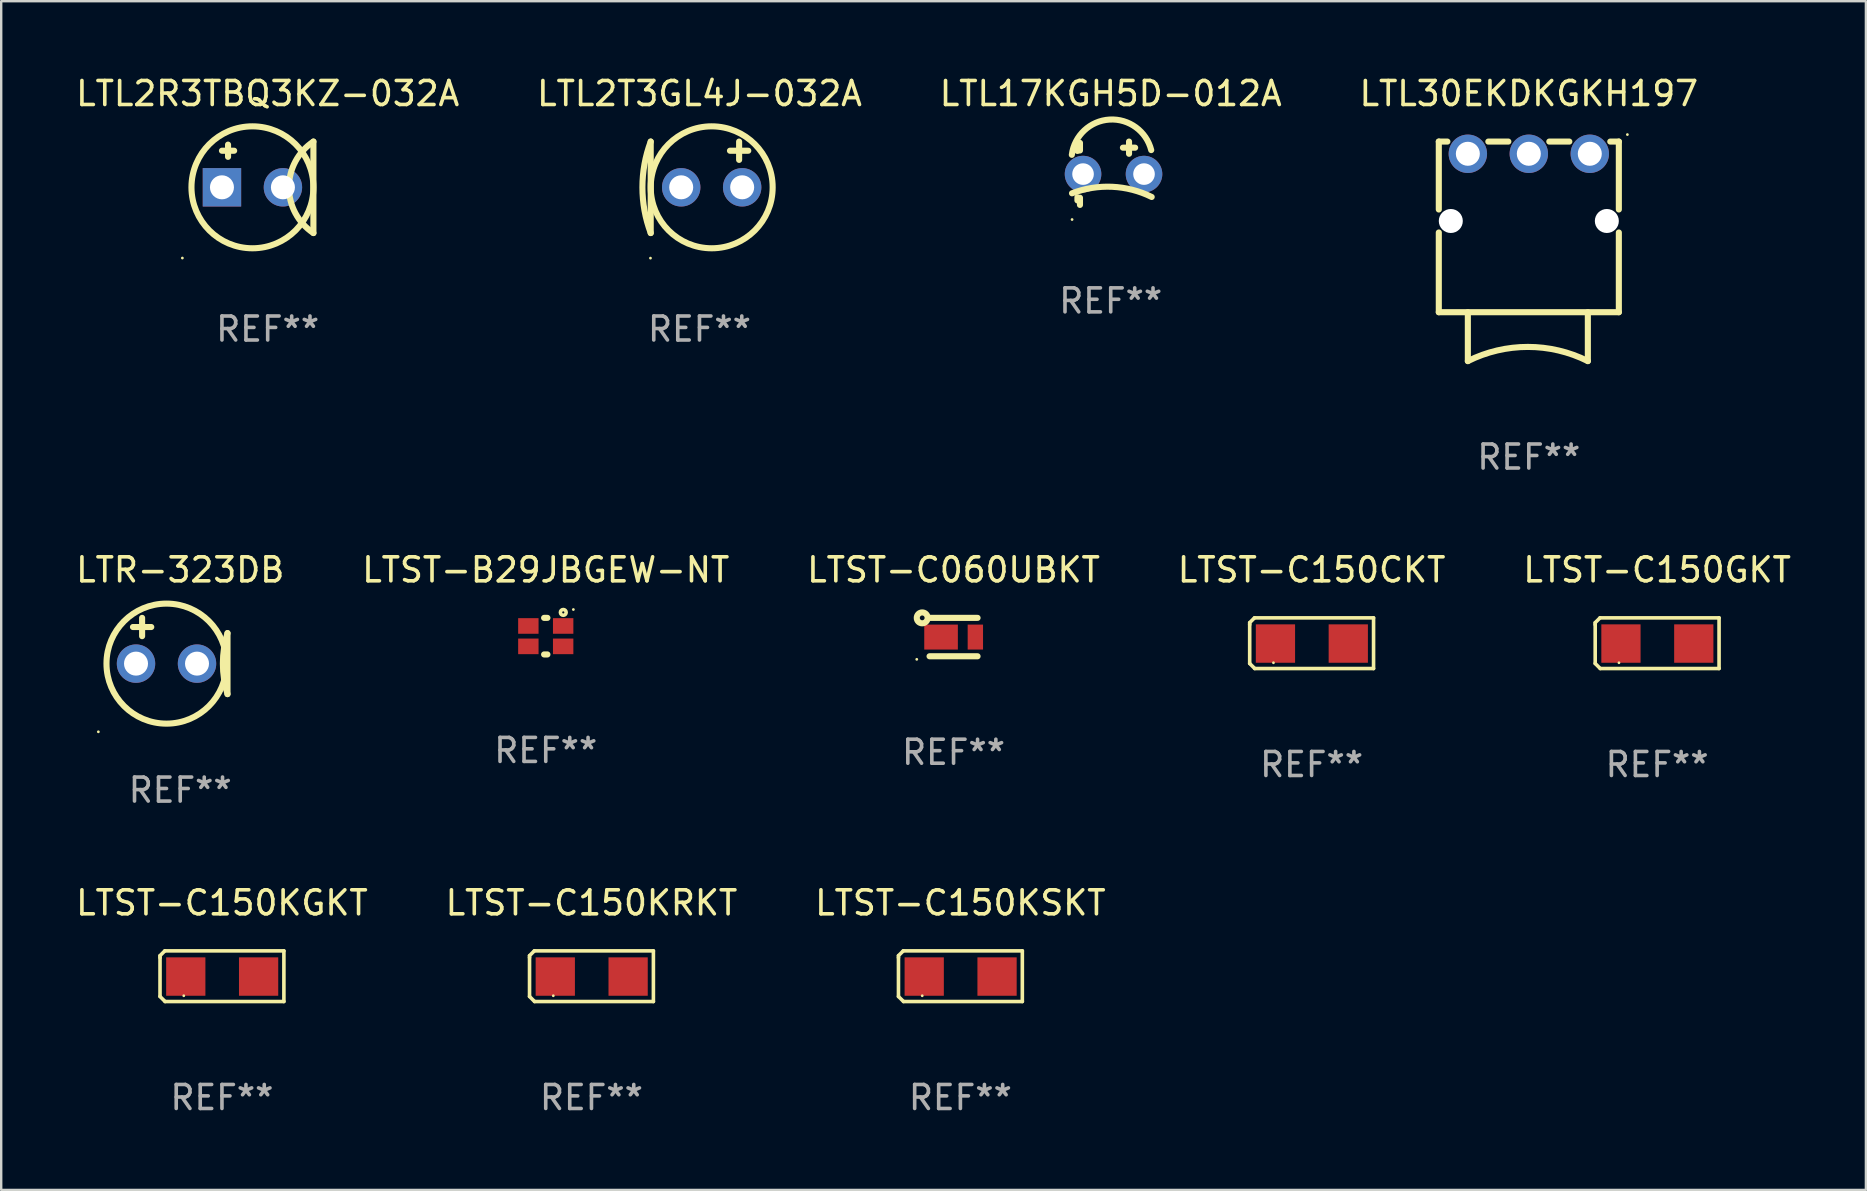
<source format=kicad_pcb>
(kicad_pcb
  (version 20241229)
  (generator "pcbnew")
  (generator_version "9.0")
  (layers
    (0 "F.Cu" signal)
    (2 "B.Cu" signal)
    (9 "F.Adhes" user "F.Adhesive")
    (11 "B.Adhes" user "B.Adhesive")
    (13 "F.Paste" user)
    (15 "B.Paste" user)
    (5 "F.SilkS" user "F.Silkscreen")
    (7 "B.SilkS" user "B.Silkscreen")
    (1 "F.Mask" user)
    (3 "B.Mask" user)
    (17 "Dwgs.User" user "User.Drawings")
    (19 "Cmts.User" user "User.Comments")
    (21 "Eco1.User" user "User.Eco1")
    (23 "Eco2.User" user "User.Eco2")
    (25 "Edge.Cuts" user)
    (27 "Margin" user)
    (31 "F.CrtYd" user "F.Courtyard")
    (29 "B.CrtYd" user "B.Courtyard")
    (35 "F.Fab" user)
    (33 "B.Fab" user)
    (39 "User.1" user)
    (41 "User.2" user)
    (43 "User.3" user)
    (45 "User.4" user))
  (footprint "LTST-C150KGKT"
    (layer "F.Cu")
    (at 6.196 37.616)
    (property "Reference" "LTST-C150KGKT" (at 0 -3.055 0) (layer "F.SilkS") (effects (font (size 1 1) (thickness 0.15))))
    (attr through_hole)
    (fp_line (start -2.58 -0.855) (end -2.38 -1.055) (stroke (width 0.15) (type solid)) (layer "F.SilkS"))
    (fp_line (start -2.58 -0.775) (end -2.58 -0.855) (stroke (width 0.15) (type solid)) (layer "F.SilkS"))
    (fp_line (start -2.58 -0.775) (end -2.58 0.845) (stroke (width 0.15) (type solid)) (layer "F.SilkS"))
    (fp_line (start -2.58 0.845) (end -2.37 1.055) (stroke (width 0.15) (type solid)) (layer "F.SilkS"))
    (fp_line (start -2.38 -1.055) (end 2.58 -1.055) (stroke (width 0.15) (type solid)) (layer "F.SilkS"))
    (fp_line (start 2.58 -1.055) (end 2.58 1.055) (stroke (width 0.15) (type solid)) (layer "F.SilkS"))
    (fp_line (start 2.58 1.055) (end -2.37 1.055) (stroke (width 0.15) (type solid)) (layer "F.SilkS"))
    (fp_circle (center -1.59 0.815) (end -1.56 0.815) (stroke (width 0.06) (type solid)) (fill no) (layer "F.SilkS"))
    (fp_text user "REF**" (at 0 5.055 0) (layer "F.Fab") (effects (font (size 1 1) (thickness 0.15))))
    (pad "1" smd rect (at -1.507 0.015) (size 1.635 1.6) (layers "F.Cu" "F.Mask" "F.Paste"))
    (pad "2" smd rect (at 1.527 0.015) (size 1.635 1.6) (layers "F.Cu" "F.Mask" "F.Paste")))
  (footprint "LTR-323DB"
    (layer "F.Cu")
    (at 4.458 24.277)
    (property "Reference" "LTR-323DB" (at 0 -3.588 0) (layer "F.SilkS") (effects (font (size 1 1) (thickness 0.15))))
    (attr through_hole)
    (fp_line (start -1.969 -1.207) (end -1.207 -1.207) (stroke (width 0.254) (type solid)) (layer "F.SilkS"))
    (fp_line (start -1.588 -0.826) (end -1.588 -1.588) (stroke (width 0.254) (type solid)) (layer "F.SilkS"))
    (fp_line (start 1.969 1.588) (end 1.969 -0.953) (stroke (width 0.254) (type solid)) (layer "F.SilkS"))
    (fp_arc (start 1.968504 1.587503) (mid 1.776751 0.317501) (end 1.968504 -0.952502) (stroke (width 0.254001) (type solid)) (layer "F.SilkS"))
    (fp_circle (center -3.411 3.158) (end -3.381 3.158) (stroke (width 0.06) (type solid)) (fill no) (layer "F.SilkS"))
    (fp_circle (center -0.572 0.318) (end 1.928 0.318) (stroke (width 0.254) (type solid)) (fill no) (layer "F.SilkS"))
    (fp_text user "REF**" (at 0 5.588 0) (layer "F.Fab") (effects (font (size 1 1) (thickness 0.15))))
    (pad "1" thru_hole circle (at -1.842 0.318) (size 1.6 1.6) (drill 1) (layers "*.Cu" "*.Mask"))
    (pad "2" thru_hole circle (at 0.699 0.318) (size 1.6 1.6) (drill 1) (layers "*.Cu" "*.Mask")))
  (footprint "LTST-C150KSKT"
    (layer "F.Cu")
    (at 36.958 37.616)
    (property "Reference" "LTST-C150KSKT" (at 0 -3.055 0) (layer "F.SilkS") (effects (font (size 1 1) (thickness 0.15))))
    (attr through_hole)
    (fp_line (start -2.58 -0.855) (end -2.38 -1.055) (stroke (width 0.15) (type solid)) (layer "F.SilkS"))
    (fp_line (start -2.58 -0.775) (end -2.58 -0.855) (stroke (width 0.15) (type solid)) (layer "F.SilkS"))
    (fp_line (start -2.58 -0.775) (end -2.58 0.845) (stroke (width 0.15) (type solid)) (layer "F.SilkS"))
    (fp_line (start -2.58 0.845) (end -2.37 1.055) (stroke (width 0.15) (type solid)) (layer "F.SilkS"))
    (fp_line (start -2.38 -1.055) (end 2.58 -1.055) (stroke (width 0.15) (type solid)) (layer "F.SilkS"))
    (fp_line (start 2.58 -1.055) (end 2.58 1.055) (stroke (width 0.15) (type solid)) (layer "F.SilkS"))
    (fp_line (start 2.58 1.055) (end -2.37 1.055) (stroke (width 0.15) (type solid)) (layer "F.SilkS"))
    (fp_circle (center -1.59 0.815) (end -1.56 0.815) (stroke (width 0.06) (type solid)) (fill no) (layer "F.SilkS"))
    (fp_text user "REF**" (at 0 5.055 0) (layer "F.Fab") (effects (font (size 1 1) (thickness 0.15))))
    (pad "1" smd rect (at -1.507 0.015) (size 1.635 1.6) (layers "F.Cu" "F.Mask" "F.Paste"))
    (pad "2" smd rect (at 1.527 0.015) (size 1.635 1.6) (layers "F.Cu" "F.Mask" "F.Paste")))
  (footprint "LTL2T3GL4J-032A"
    (layer "F.Cu")
    (at 26.089 4.753)
    (property "Reference" "LTL2T3GL4J-032A" (at 0 -3.905 0) (layer "F.SilkS") (effects (font (size 1 1) (thickness 0.15))))
    (attr through_hole)
    (fp_line (start -2.032 -1.905) (end -2.032 1.905) (stroke (width 0.254) (type solid)) (layer "F.SilkS"))
    (fp_line (start 1.651 -1.905) (end 1.651 -1.143) (stroke (width 0.254) (type solid)) (layer "F.SilkS"))
    (fp_line (start 2.032 -1.524) (end 1.27 -1.524) (stroke (width 0.254) (type solid)) (layer "F.SilkS"))
    (fp_arc (start -2.031999 1.905) (mid -2.377441 0) (end -2.031999 -1.905) (stroke (width 0.254001) (type solid)) (layer "F.SilkS"))
    (fp_circle (center -2.042 2.95) (end -2.012 2.95) (stroke (width 0.06) (type solid)) (fill no) (layer "F.SilkS"))
    (fp_circle (center 0.508 0) (end 3.048 0) (stroke (width 0.254) (type solid)) (fill no) (layer "F.SilkS"))
    (fp_text user "REF**" (at 0 5.905 0) (layer "F.Fab") (effects (font (size 1 1) (thickness 0.15))))
    (pad "1" thru_hole circle (at -0.762 0) (size 1.6 1.6) (drill 1) (layers "*.Cu" "*.Mask"))
    (pad "2" thru_hole circle (at 1.778 0) (size 1.6 1.6) (drill 1) (layers "*.Cu" "*.Mask")))
  (footprint "LTL2R3TBQ3KZ-032A"
    (layer "F.Cu")
    (at 8.101 4.753)
    (property "Reference" "LTL2R3TBQ3KZ-032A" (at 0 -3.905 0) (layer "F.SilkS") (effects (font (size 1 1) (thickness 0.15))))
    (attr through_hole)
    (fp_line (start -1.905 -1.524) (end -1.397 -1.524) (stroke (width 0.254) (type solid)) (layer "F.SilkS"))
    (fp_line (start -1.651 -1.778) (end -1.651 -1.27) (stroke (width 0.254) (type solid)) (layer "F.SilkS"))
    (fp_line (start 1.905 1.905) (end 1.905 -1.905) (stroke (width 0.254) (type solid)) (layer "F.SilkS"))
    (fp_arc (start 1.904999 1.905) (mid 0.885477 0) (end 1.904999 -1.905) (stroke (width 0.254001) (type solid)) (layer "F.SilkS"))
    (fp_circle (center -3.554 2.946) (end -3.524 2.946) (stroke (width 0.06) (type solid)) (fill no) (layer "F.SilkS"))
    (fp_circle (center -0.635 0) (end 1.905 0) (stroke (width 0.254) (type solid)) (fill no) (layer "F.SilkS"))
    (fp_text user "REF**" (at 0 5.905 0) (layer "F.Fab") (effects (font (size 1 1) (thickness 0.15))))
    (pad "1" thru_hole rect (at -1.905 0) (size 1.6 1.6) (drill 1) (layers "*.Cu" "*.Mask"))
    (pad "2" thru_hole circle (at 0.635 0) (size 1.6 1.6) (drill 1) (layers "*.Cu" "*.Mask")))
  (footprint "LTL30EKDKGKH197"
    (layer "F.Cu")
    (at 60.637 7.42)
    (property "Reference" "LTL30EKDKGKH197" (at 0 -6.572 0) (layer "F.SilkS") (effects (font (size 1 1) (thickness 0.15))))
    (attr through_hole)
    (fp_line (start -3.75 -1.743) (end -3.75 -4.572) (stroke (width 0.254) (type solid)) (layer "F.SilkS"))
    (fp_line (start -3.75 2.536) (end -3.75 -0.785) (stroke (width 0.254) (type solid)) (layer "F.SilkS"))
    (fp_line (start -3.393 -4.572) (end -3.75 -4.572) (stroke (width 0.254) (type solid)) (layer "F.SilkS"))
    (fp_line (start -2.54 4.572) (end -2.54 2.536) (stroke (width 0.254) (type solid)) (layer "F.SilkS"))
    (fp_line (start -0.853 -4.572) (end -1.687 -4.572) (stroke (width 0.254) (type solid)) (layer "F.SilkS"))
    (fp_line (start 1.687 -4.572) (end 0.853 -4.572) (stroke (width 0.254) (type solid)) (layer "F.SilkS"))
    (fp_line (start 2.459 4.572) (end 2.459 2.536) (stroke (width 0.254) (type solid)) (layer "F.SilkS"))
    (fp_line (start 3.75 -4.572) (end 3.393 -4.572) (stroke (width 0.254) (type solid)) (layer "F.SilkS"))
    (fp_line (start 3.75 -1.743) (end 3.75 -4.572) (stroke (width 0.254) (type solid)) (layer "F.SilkS"))
    (fp_line (start 3.75 2.536) (end -3.75 2.536) (stroke (width 0.254) (type solid)) (layer "F.SilkS"))
    (fp_line (start 3.75 2.536) (end 3.75 -0.785) (stroke (width 0.254) (type solid)) (layer "F.SilkS"))
    (fp_arc (start -2.540005 4.571768) (mid -0.040266 3.981992) (end 2.45936 4.57225) (stroke (width 0.254001) (type solid)) (layer "F.SilkS"))
    (fp_circle (center 4.106 -4.864) (end 4.136 -4.864) (stroke (width 0.06) (type solid)) (fill no) (layer "F.SilkS"))
    (fp_text user "REF**" (at 0 8.572 0) (layer "F.Fab") (effects (font (size 1 1) (thickness 0.15))))
    (pad "" np_thru_hole circle (at -3.25 -1.264) (size 1 1) (drill 1) (layers "*.Cu" "*.Mask"))
    (pad "" np_thru_hole circle (at 3.25 -1.264) (size 1 1) (drill 1) (layers "*.Cu" "*.Mask"))
    (pad "1" thru_hole circle (at 2.54 -4.064) (size 1.6 1.6) (drill 1) (layers "*.Cu" "*.Mask"))
    (pad "2" thru_hole circle (at 0 -4.064) (size 1.6 1.6) (drill 1) (layers "*.Cu" "*.Mask"))
    (pad "3" thru_hole circle (at -2.54 -4.064) (size 1.6 1.6) (drill 1) (layers "*.Cu" "*.Mask")))
  (footprint "LTST-C150KRKT"
    (layer "F.Cu")
    (at 21.589 37.616)
    (property "Reference" "LTST-C150KRKT" (at 0 -3.055 0) (layer "F.SilkS") (effects (font (size 1 1) (thickness 0.15))))
    (attr through_hole)
    (fp_line (start -2.58 -0.855) (end -2.38 -1.055) (stroke (width 0.15) (type solid)) (layer "F.SilkS"))
    (fp_line (start -2.58 -0.775) (end -2.58 -0.855) (stroke (width 0.15) (type solid)) (layer "F.SilkS"))
    (fp_line (start -2.58 -0.775) (end -2.58 0.845) (stroke (width 0.15) (type solid)) (layer "F.SilkS"))
    (fp_line (start -2.58 0.845) (end -2.37 1.055) (stroke (width 0.15) (type solid)) (layer "F.SilkS"))
    (fp_line (start -2.38 -1.055) (end 2.58 -1.055) (stroke (width 0.15) (type solid)) (layer "F.SilkS"))
    (fp_line (start 2.58 -1.055) (end 2.58 1.055) (stroke (width 0.15) (type solid)) (layer "F.SilkS"))
    (fp_line (start 2.58 1.055) (end -2.37 1.055) (stroke (width 0.15) (type solid)) (layer "F.SilkS"))
    (fp_circle (center -1.59 0.815) (end -1.56 0.815) (stroke (width 0.06) (type solid)) (fill no) (layer "F.SilkS"))
    (fp_text user "REF**" (at 0 5.055 0) (layer "F.Fab") (effects (font (size 1 1) (thickness 0.15))))
    (pad "1" smd rect (at -1.507 0.015) (size 1.635 1.6) (layers "F.Cu" "F.Mask" "F.Paste"))
    (pad "2" smd rect (at 1.527 0.015) (size 1.635 1.6) (layers "F.Cu" "F.Mask" "F.Paste")))
  (footprint "LTST-C150CKT"
    (layer "F.Cu")
    (at 51.589 23.744)
    (property "Reference" "LTST-C150CKT" (at 0 -3.055 0) (layer "F.SilkS") (effects (font (size 1 1) (thickness 0.15))))
    (attr through_hole)
    (fp_line (start -2.58 -0.855) (end -2.38 -1.055) (stroke (width 0.15) (type solid)) (layer "F.SilkS"))
    (fp_line (start -2.58 -0.775) (end -2.58 -0.855) (stroke (width 0.15) (type solid)) (layer "F.SilkS"))
    (fp_line (start -2.58 -0.775) (end -2.58 0.845) (stroke (width 0.15) (type solid)) (layer "F.SilkS"))
    (fp_line (start -2.58 0.845) (end -2.37 1.055) (stroke (width 0.15) (type solid)) (layer "F.SilkS"))
    (fp_line (start -2.38 -1.055) (end 2.58 -1.055) (stroke (width 0.15) (type solid)) (layer "F.SilkS"))
    (fp_line (start 2.58 -1.055) (end 2.58 1.055) (stroke (width 0.15) (type solid)) (layer "F.SilkS"))
    (fp_line (start 2.58 1.055) (end -2.37 1.055) (stroke (width 0.15) (type solid)) (layer "F.SilkS"))
    (fp_circle (center -1.59 0.815) (end -1.56 0.815) (stroke (width 0.06) (type solid)) (fill no) (layer "F.SilkS"))
    (fp_text user "REF**" (at 0 5.055 0) (layer "F.Fab") (effects (font (size 1 1) (thickness 0.15))))
    (pad "1" smd rect (at -1.507 0.015) (size 1.635 1.6) (layers "F.Cu" "F.Mask" "F.Paste"))
    (pad "2" smd rect (at 1.527 0.015) (size 1.635 1.6) (layers "F.Cu" "F.Mask" "F.Paste")))
  (footprint "LTST-B29JBGEW-NT"
    (layer "F.Cu")
    (at 19.685 23.451)
    (property "Reference" "LTST-B29JBGEW-NT" (at 0 -2.762 0) (layer "F.SilkS") (effects (font (size 1 1) (thickness 0.15))))
    (attr through_hole)
    (fp_line (start -0.069 0.762) (end 0.069 0.762) (stroke (width 0.254) (type solid)) (layer "F.SilkS"))
    (fp_line (start -0.069 -0.762) (end 0.069 -0.762) (stroke (width 0.254) (type solid)) (layer "F.SilkS"))
    (fp_circle (center 0.73 -0.99) (end 0.775 -0.99) (stroke (width 0.15) (type solid)) (fill no) (layer "F.SilkS"))
    (fp_circle (center 1.15 -1.11) (end 1.18 -1.11) (stroke (width 0.06) (type solid)) (fill no) (layer "F.SilkS"))
    (fp_text user "REF**" (at 0 4.762 0) (layer "F.Fab") (effects (font (size 1 1) (thickness 0.15))))
    (pad "1" smd rect (at 0.725 -0.425 270) (size 0.65 0.85) (layers "F.Cu" "F.Mask" "F.Paste"))
    (pad "2" smd rect (at -0.725 -0.425 270) (size 0.65 0.85) (layers "F.Cu" "F.Mask" "F.Paste"))
    (pad "3" smd rect (at -0.725 0.425 270) (size 0.65 0.85) (layers "F.Cu" "F.Mask" "F.Paste"))
    (pad "4" smd rect (at 0.725 0.425 270) (size 0.65 0.85) (layers "F.Cu" "F.Mask" "F.Paste")))
  (footprint "LTL17KGH5D-012A"
    (layer "F.Cu")
    (at 43.22 4.167)
    (property "Reference" "LTL17KGH5D-012A" (at 0 -3.319 0) (layer "F.SilkS") (effects (font (size 1 1) (thickness 0.15))))
    (attr through_hole)
    (fp_line (start -1.387 -1.142) (end -1.387 -0.93) (stroke (width 0.254) (type solid)) (layer "F.SilkS"))
    (fp_line (start -1.387 1) (end -1.387 1.132) (stroke (width 0.254) (type solid)) (layer "F.SilkS"))
    (fp_line (start -1.281 -1.264) (end -1.281 -0.949) (stroke (width 0.254) (type solid)) (layer "F.SilkS"))
    (fp_line (start -1.281 1.02) (end -1.281 1.319) (stroke (width 0.254) (type solid)) (layer "F.SilkS"))
    (fp_line (start 0.509 -1.065) (end 1.017 -1.065) (stroke (width 0.254) (type solid)) (layer "F.SilkS"))
    (fp_line (start 0.763 -1.319) (end 0.763 -0.811) (stroke (width 0.254) (type solid)) (layer "F.SilkS"))
    (fp_arc (start -1.620104 -0.767996) (mid -0.04794 -2.236357) (end 1.687109 -0.964592) (stroke (width 0.254001) (type solid)) (layer "F.SilkS"))
    (fp_arc (start -1.612891 0.835408) (mid 0.062803 0.564148) (end 1.70654 0.988011) (stroke (width 0.254001) (type solid)) (layer "F.SilkS"))
    (fp_circle (center -1.61 1.928) (end -1.58 1.928) (stroke (width 0.06) (type solid)) (fill no) (layer "F.SilkS"))
    (fp_text user "REF**" (at 0 5.319 0) (layer "F.Fab") (effects (font (size 1 1) (thickness 0.15))))
    (pad "1" thru_hole circle (at -1.153 0.035) (size 1.524 1.524) (drill 0.9) (layers "*.Cu" "*.Mask"))
    (pad "2" thru_hole circle (at 1.387 0.035) (size 1.524 1.524) (drill 0.9) (layers "*.Cu" "*.Mask")))
  (footprint "LTST-C150GKT"
    (layer "F.Cu")
    (at 65.982 23.744)
    (property "Reference" "LTST-C150GKT" (at 0 -3.055 0) (layer "F.SilkS") (effects (font (size 1 1) (thickness 0.15))))
    (attr through_hole)
    (fp_line (start -2.58 -0.855) (end -2.38 -1.055) (stroke (width 0.15) (type solid)) (layer "F.SilkS"))
    (fp_line (start -2.58 -0.775) (end -2.58 -0.855) (stroke (width 0.15) (type solid)) (layer "F.SilkS"))
    (fp_line (start -2.58 -0.775) (end -2.58 0.845) (stroke (width 0.15) (type solid)) (layer "F.SilkS"))
    (fp_line (start -2.58 0.845) (end -2.37 1.055) (stroke (width 0.15) (type solid)) (layer "F.SilkS"))
    (fp_line (start -2.38 -1.055) (end 2.58 -1.055) (stroke (width 0.15) (type solid)) (layer "F.SilkS"))
    (fp_line (start 2.58 -1.055) (end 2.58 1.055) (stroke (width 0.15) (type solid)) (layer "F.SilkS"))
    (fp_line (start 2.58 1.055) (end -2.37 1.055) (stroke (width 0.15) (type solid)) (layer "F.SilkS"))
    (fp_circle (center -1.59 0.815) (end -1.56 0.815) (stroke (width 0.06) (type solid)) (fill no) (layer "F.SilkS"))
    (fp_text user "REF**" (at 0 5.055 0) (layer "F.Fab") (effects (font (size 1 1) (thickness 0.15))))
    (pad "1" smd rect (at -1.507 0.015) (size 1.635 1.6) (layers "F.Cu" "F.Mask" "F.Paste"))
    (pad "2" smd rect (at 1.527 0.015) (size 1.635 1.6) (layers "F.Cu" "F.Mask" "F.Paste")))
  (footprint "LTST-C060UBKT"
    (layer "F.Cu")
    (at 36.673 23.489)
    (property "Reference" "LTST-C060UBKT" (at 0 -2.8 0) (layer "F.SilkS") (effects (font (size 1 1) (thickness 0.15))))
    (attr through_hole)
    (fp_line (start -1 -0.8) (end 1 -0.8) (stroke (width 0.254) (type solid)) (layer "F.SilkS"))
    (fp_line (start 1 0.8) (end -1 0.8) (stroke (width 0.254) (type solid)) (layer "F.SilkS"))
    (fp_circle (center -1.533 0.927) (end -1.503 0.927) (stroke (width 0.06) (type solid)) (fill no) (layer "F.SilkS"))
    (fp_circle (center -1.306 -0.8) (end -1.206 -0.8) (stroke (width 0.254) (type solid)) (fill no) (layer "F.SilkS"))
    (fp_text user "REF**" (at 0 4.8 0) (layer "F.Fab") (effects (font (size 1 1) (thickness 0.15))))
    (pad "1" smd rect (at -0.521 0.000025 180) (size 1.4 1.04) (layers "F.Cu" "F.Mask" "F.Paste"))
    (pad "2" smd rect (at 0.908 0.000025 180) (size 0.64 1.04) (layers "F.Cu" "F.Mask" "F.Paste")))
  (gr_rect
    (start -3 -3)
    (end 74.679 46.519)
    (stroke (width 0.1) (type default))
    (fill no)
    (layer "Edge.Cuts")))
</source>
